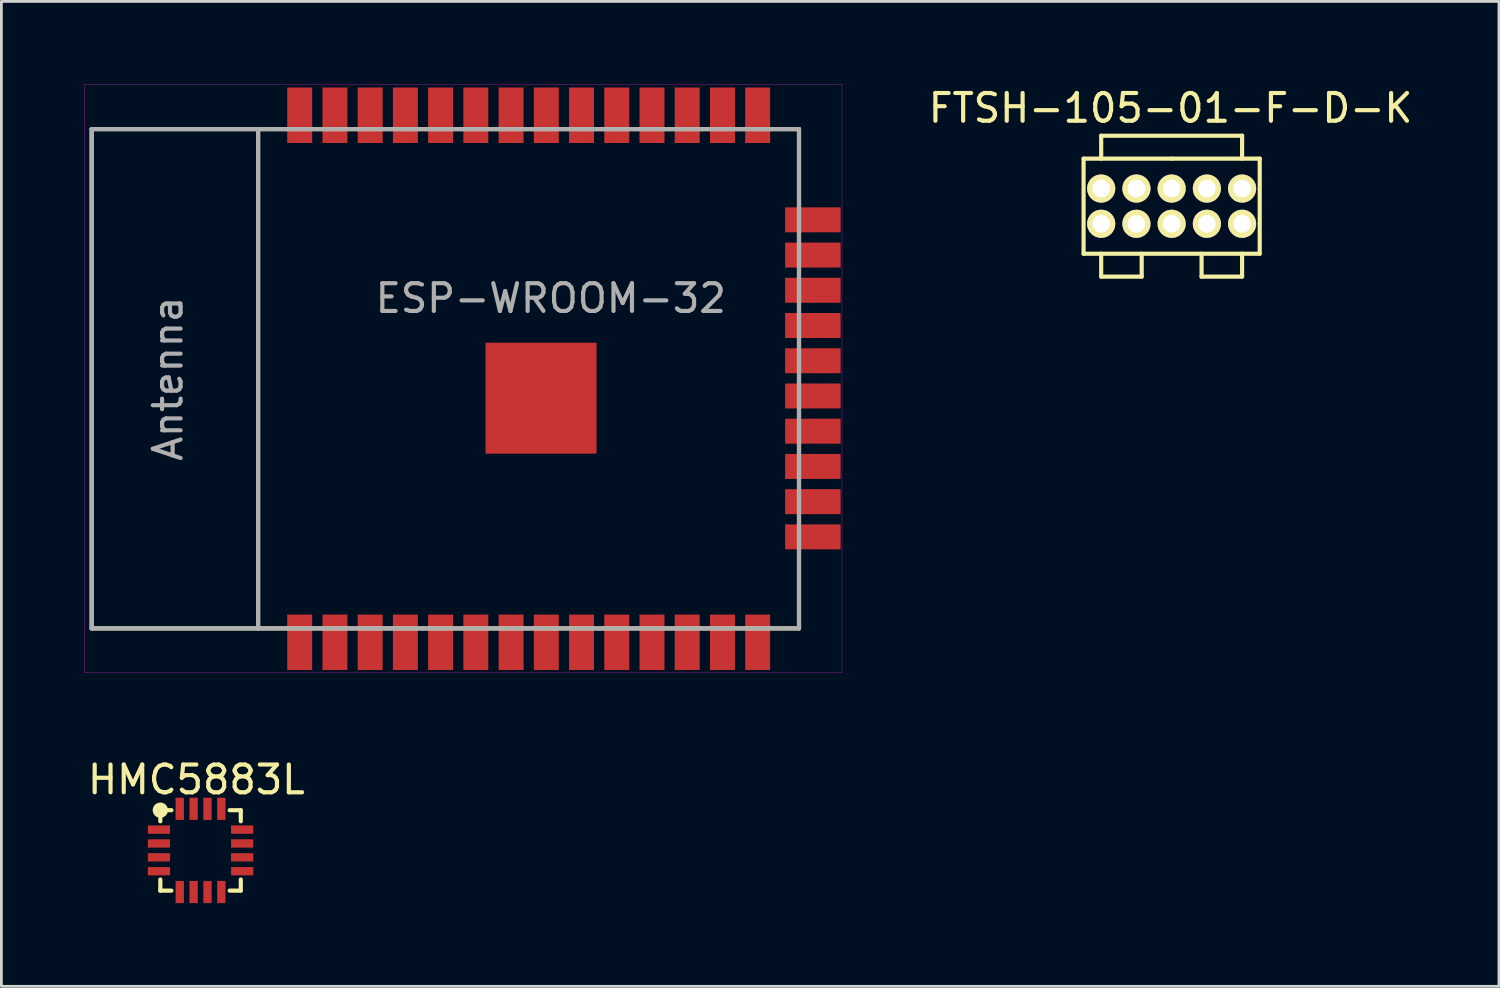
<source format=kicad_pcb>
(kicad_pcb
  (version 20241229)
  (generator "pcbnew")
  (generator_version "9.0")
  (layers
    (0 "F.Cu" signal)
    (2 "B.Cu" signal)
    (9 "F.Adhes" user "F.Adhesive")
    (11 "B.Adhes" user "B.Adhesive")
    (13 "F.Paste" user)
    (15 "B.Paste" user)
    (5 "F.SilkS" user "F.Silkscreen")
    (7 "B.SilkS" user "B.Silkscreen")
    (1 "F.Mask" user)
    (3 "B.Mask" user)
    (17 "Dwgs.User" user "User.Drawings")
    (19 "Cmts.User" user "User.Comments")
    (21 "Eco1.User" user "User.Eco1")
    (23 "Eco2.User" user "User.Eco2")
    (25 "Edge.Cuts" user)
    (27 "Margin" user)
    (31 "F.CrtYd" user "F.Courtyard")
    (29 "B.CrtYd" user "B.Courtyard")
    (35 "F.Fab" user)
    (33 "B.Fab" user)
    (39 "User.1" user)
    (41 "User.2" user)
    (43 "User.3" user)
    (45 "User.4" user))
  (footprint "HMC5883L"
    (layer "F.Cu")
    (at 2.93 26.858)
    (property "Reference" "HMC5883L" (at 1.1 -1.8 0) (layer "F.SilkS") (effects (font (size 1 1) (thickness 0.15))))
    (attr through_hole)
    (fp_line (start -0.2 -0.7) (end -0.2 -0.3) (stroke (width 0.15) (type solid)) (layer "F.SilkS"))
    (fp_line (start -0.2 1.8) (end -0.2 2.2) (stroke (width 0.15) (type solid)) (layer "F.SilkS"))
    (fp_line (start -0.2 2.2) (end 0.2 2.2) (stroke (width 0.15) (type solid)) (layer "F.SilkS"))
    (fp_line (start 0.2 -0.7) (end -0.2 -0.7) (stroke (width 0.15) (type solid)) (layer "F.SilkS"))
    (fp_line (start 2.3 -0.7) (end 2.7 -0.7) (stroke (width 0.15) (type solid)) (layer "F.SilkS"))
    (fp_line (start 2.3 2.2) (end 2.7 2.2) (stroke (width 0.15) (type solid)) (layer "F.SilkS"))
    (fp_line (start 2.7 -0.7) (end 2.7 -0.3) (stroke (width 0.15) (type solid)) (layer "F.SilkS"))
    (fp_line (start 2.7 2.2) (end 2.7 1.8) (stroke (width 0.15) (type solid)) (layer "F.SilkS"))
    (fp_circle (center -0.2 -0.7) (end -0.2 -0.5) (stroke (width 0.15) (type solid)) (fill no) (layer "F.SilkS"))
    (fp_circle (center -0.2 -0.7) (end -0.1 -0.6) (stroke (width 0.15) (type solid)) (fill no) (layer "F.SilkS"))
    (pad "1" smd rect (at -0.025 0) (size 0.8 0.3) (drill (offset -0.225 0)) (layers "F.Cu" "F.Mask" "F.Paste"))
    (pad "2" smd rect (at -0.025 0.5) (size 0.8 0.3) (drill (offset -0.225 0)) (layers "F.Cu" "F.Mask" "F.Paste"))
    (pad "3" smd rect (at -0.025 1) (size 0.8 0.3) (drill (offset -0.225 0)) (layers "F.Cu" "F.Mask" "F.Paste"))
    (pad "4" smd rect (at -0.025 1.5) (size 0.8 0.3) (drill (offset -0.225 0)) (layers "F.Cu" "F.Mask" "F.Paste"))
    (pad "5" smd rect (at 0.5 2.025) (size 0.3 0.8) (drill (offset 0 0.225)) (layers "F.Cu" "F.Mask" "F.Paste"))
    (pad "6" smd rect (at 1 2.025) (size 0.3 0.8) (drill (offset 0 0.225)) (layers "F.Cu" "F.Mask" "F.Paste"))
    (pad "7" smd rect (at 1.5 2.025) (size 0.3 0.8) (drill (offset 0 0.225)) (layers "F.Cu" "F.Mask" "F.Paste"))
    (pad "8" smd rect (at 2 2.025) (size 0.3 0.8) (drill (offset 0 0.225)) (layers "F.Cu" "F.Mask" "F.Paste"))
    (pad "9" smd rect (at 2.525 1.5) (size 0.8 0.3) (drill (offset 0.225 0)) (layers "F.Cu" "F.Mask" "F.Paste"))
    (pad "10" smd rect (at 2.525 1) (size 0.8 0.3) (drill (offset 0.225 0)) (layers "F.Cu" "F.Mask" "F.Paste"))
    (pad "11" smd rect (at 2.525 0.5) (size 0.8 0.3) (drill (offset 0.225 0)) (layers "F.Cu" "F.Mask" "F.Paste"))
    (pad "12" smd rect (at 2.525 0) (size 0.8 0.3) (drill (offset 0.225 0)) (layers "F.Cu" "F.Mask" "F.Paste"))
    (pad "13" smd rect (at 2 -0.525) (size 0.3 0.8) (drill (offset 0 -0.225)) (layers "F.Cu" "F.Mask" "F.Paste"))
    (pad "14" smd rect (at 1.5 -0.525) (size 0.3 0.8) (drill (offset 0 -0.225)) (layers "F.Cu" "F.Mask" "F.Paste"))
    (pad "15" smd rect (at 1 -0.525) (size 0.3 0.8) (drill (offset 0 -0.225)) (layers "F.Cu" "F.Mask" "F.Paste"))
    (pad "16" smd rect (at 0.5 -0.525) (size 0.3 0.8) (drill (offset 0 -0.225)) (layers "F.Cu" "F.Mask" "F.Paste")))
  (footprint "FTSH-105-01-F-D-K"
    (layer "F.Cu")
    (at 36.649 3.748)
    (property "Reference" "FTSH-105-01-F-D-K" (at 2.5 -2.9 0) (layer "F.SilkS") (effects (font (size 1 1) (thickness 0.15))))
    (attr through_hole)
    (fp_line (start -0.635 -1.079) (end 2.54 -1.079) (stroke (width 0.15) (type solid)) (layer "F.SilkS"))
    (fp_line (start -0.635 2.349) (end -0.635 -1.079) (stroke (width 0.15) (type solid)) (layer "F.SilkS"))
    (fp_line (start 0 -1.905) (end 5.08 -1.905) (stroke (width 0.15) (type solid)) (layer "F.SilkS"))
    (fp_line (start 0 -1.079) (end 0 -1.905) (stroke (width 0.15) (type solid)) (layer "F.SilkS"))
    (fp_line (start 0 2.349) (end 0 3.175) (stroke (width 0.15) (type solid)) (layer "F.SilkS"))
    (fp_line (start 0 3.175) (end 1.46 3.175) (stroke (width 0.15) (type solid)) (layer "F.SilkS"))
    (fp_line (start 1.46 3.175) (end 1.46 2.349) (stroke (width 0.15) (type solid)) (layer "F.SilkS"))
    (fp_line (start 2.54 -1.079) (end 5.715 -1.079) (stroke (width 0.15) (type solid)) (layer "F.SilkS"))
    (fp_line (start 3.619 3.175) (end 3.619 2.349) (stroke (width 0.15) (type solid)) (layer "F.SilkS"))
    (fp_line (start 5.08 -1.905) (end 5.08 -1.079) (stroke (width 0.15) (type solid)) (layer "F.SilkS"))
    (fp_line (start 5.08 2.349) (end 5.08 3.175) (stroke (width 0.15) (type solid)) (layer "F.SilkS"))
    (fp_line (start 5.08 3.175) (end 3.619 3.175) (stroke (width 0.15) (type solid)) (layer "F.SilkS"))
    (fp_line (start 5.715 -1.079) (end 5.715 2.349) (stroke (width 0.15) (type solid)) (layer "F.SilkS"))
    (fp_line (start 5.715 2.349) (end -0.635 2.349) (stroke (width 0.15) (type solid)) (layer "F.SilkS"))
    (pad "1" thru_hole circle (at 0 1.27) (size 1.016 1.016) (drill 0.635) (layers "*.Cu" "*.Mask" "F.SilkS"))
    (pad "2" thru_hole circle (at 0 0) (size 1.016 1.016) (drill 0.635) (layers "*.Cu" "*.Mask" "F.SilkS"))
    (pad "3" thru_hole circle (at 1.27 1.27) (size 1.016 1.016) (drill 0.635) (layers "*.Cu" "*.Mask" "F.SilkS"))
    (pad "4" thru_hole circle (at 1.27 0) (size 1.016 1.016) (drill 0.635) (layers "*.Cu" "*.Mask" "F.SilkS"))
    (pad "5" thru_hole circle (at 2.54 1.27) (size 1.016 1.016) (drill 0.635) (layers "*.Cu" "*.Mask" "F.SilkS"))
    (pad "6" thru_hole circle (at 2.54 0) (size 1.016 1.016) (drill 0.635) (layers "*.Cu" "*.Mask" "F.SilkS"))
    (pad "7" thru_hole circle (at 3.81 1.27) (size 1.016 1.016) (drill 0.635) (layers "*.Cu" "*.Mask" "F.SilkS"))
    (pad "8" thru_hole circle (at 3.81 0) (size 1.016 1.016) (drill 0.635) (layers "*.Cu" "*.Mask" "F.SilkS"))
    (pad "9" thru_hole circle (at 5.08 1.27) (size 1.016 1.016) (drill 0.635) (layers "*.Cu" "*.Mask" "F.SilkS"))
    (pad "10" thru_hole circle (at 5.08 0) (size 1.016 1.016) (drill 0.635) (layers "*.Cu" "*.Mask" "F.SilkS")))
  (footprint "ESP-WROOM-32"
    (layer "F.Cu")
    (at 13.005 10.605)
    (property "Reference" "ESP-WROOM-32" (at 3.8 -2.9 0) (layer "F.Fab") (effects (font (size 1 1) (thickness 0.15))))
    (attr smd)
    (fp_line (start -12.75 -9) (end -12.75 9) (stroke (width 0.15) (type solid)) (layer "F.SilkS"))
    (fp_line (start -12.75 9) (end 12.75 9) (stroke (width 0.15) (type solid)) (layer "F.SilkS"))
    (fp_line (start -6.75 9) (end -6.75 -9) (stroke (width 0.15) (type solid)) (layer "F.SilkS"))
    (fp_line (start 12.75 -9) (end -12.75 -9) (stroke (width 0.15) (type solid)) (layer "F.SilkS"))
    (fp_line (start 12.75 9) (end 12.75 -9) (stroke (width 0.15) (type solid)) (layer "F.SilkS"))
    (fp_line (start -13 -10.6) (end 14.3 -10.6) (stroke (width 0.01) (type solid)) (layer "F.CrtYd"))
    (fp_line (start -13 10.6) (end -13 -10.6) (stroke (width 0.01) (type solid)) (layer "F.CrtYd"))
    (fp_line (start 14.3 -10.6) (end 14.3 10.6) (stroke (width 0.01) (type solid)) (layer "F.CrtYd"))
    (fp_line (start 14.3 10.6) (end -13 10.6) (stroke (width 0.01) (type solid)) (layer "F.CrtYd"))
    (fp_line (start -12.75 -9) (end -12.75 9) (stroke (width 0.15) (type solid)) (layer "F.Fab"))
    (fp_line (start -12.75 9) (end 12.75 9) (stroke (width 0.15) (type solid)) (layer "F.Fab"))
    (fp_line (start -6.75 9) (end -6.75 -9) (stroke (width 0.15) (type solid)) (layer "F.Fab"))
    (fp_line (start 12.75 -9) (end -12.75 -9) (stroke (width 0.15) (type solid)) (layer "F.Fab"))
    (fp_line (start 12.75 9) (end 12.75 -9) (stroke (width 0.15) (type solid)) (layer "F.Fab"))
    (fp_text user "Antenna" (at -10 0 90) (layer "F.Fab") (effects (font (size 1 1) (thickness 0.15))))
    (pad "1" smd rect (at -5.25 9) (size 0.9 2) (drill (offset 0 0.5)) (layers "F.Cu" "F.Mask" "F.Paste"))
    (pad "2" smd rect (at -3.98 9) (size 0.9 2) (drill (offset 0 0.5)) (layers "F.Cu" "F.Mask" "F.Paste"))
    (pad "3" smd rect (at -2.71 9) (size 0.9 2) (drill (offset 0 0.5)) (layers "F.Cu" "F.Mask" "F.Paste"))
    (pad "4" smd rect (at -1.44 9) (size 0.9 2) (drill (offset 0 0.5)) (layers "F.Cu" "F.Mask" "F.Paste"))
    (pad "5" smd rect (at -0.17 9) (size 0.9 2) (drill (offset 0 0.5)) (layers "F.Cu" "F.Mask" "F.Paste"))
    (pad "6" smd rect (at 1.1 9) (size 0.9 2) (drill (offset 0 0.5)) (layers "F.Cu" "F.Mask" "F.Paste"))
    (pad "7" smd rect (at 2.37 9) (size 0.9 2) (drill (offset 0 0.5)) (layers "F.Cu" "F.Mask" "F.Paste"))
    (pad "8" smd rect (at 3.64 9) (size 0.9 2) (drill (offset 0 0.5)) (layers "F.Cu" "F.Mask" "F.Paste"))
    (pad "9" smd rect (at 4.91 9) (size 0.9 2) (drill (offset 0 0.5)) (layers "F.Cu" "F.Mask" "F.Paste"))
    (pad "10" smd rect (at 6.18 9) (size 0.9 2) (drill (offset 0 0.5)) (layers "F.Cu" "F.Mask" "F.Paste"))
    (pad "11" smd rect (at 7.45 9) (size 0.9 2) (drill (offset 0 0.5)) (layers "F.Cu" "F.Mask" "F.Paste"))
    (pad "12" smd rect (at 8.72 9) (size 0.9 2) (drill (offset 0 0.5)) (layers "F.Cu" "F.Mask" "F.Paste"))
    (pad "13" smd rect (at 9.99 9) (size 0.9 2) (drill (offset 0 0.5)) (layers "F.Cu" "F.Mask" "F.Paste"))
    (pad "14" smd rect (at 11.26 9) (size 0.9 2) (drill (offset 0 0.5)) (layers "F.Cu" "F.Mask" "F.Paste"))
    (pad "15" smd rect (at 12.75 5.7 90) (size 0.9 2) (drill (offset 0 0.5)) (layers "F.Cu" "F.Mask" "F.Paste"))
    (pad "16" smd rect (at 12.75 4.43 90) (size 0.9 2) (drill (offset 0 0.5)) (layers "F.Cu" "F.Mask" "F.Paste"))
    (pad "17" smd rect (at 12.75 3.16 90) (size 0.9 2) (drill (offset 0 0.5)) (layers "F.Cu" "F.Mask" "F.Paste"))
    (pad "18" smd rect (at 12.75 1.89 90) (size 0.9 2) (drill (offset 0 0.5)) (layers "F.Cu" "F.Mask" "F.Paste"))
    (pad "19" smd rect (at 12.75 0.62 90) (size 0.9 2) (drill (offset 0 0.5)) (layers "F.Cu" "F.Mask" "F.Paste"))
    (pad "20" smd rect (at 12.75 -0.65 90) (size 0.9 2) (drill (offset 0 0.5)) (layers "F.Cu" "F.Mask" "F.Paste"))
    (pad "21" smd rect (at 12.75 -1.92 90) (size 0.9 2) (drill (offset 0 0.5)) (layers "F.Cu" "F.Mask" "F.Paste"))
    (pad "22" smd rect (at 12.75 -3.19 90) (size 0.9 2) (drill (offset 0 0.5)) (layers "F.Cu" "F.Mask" "F.Paste"))
    (pad "23" smd rect (at 12.75 -4.46 90) (size 0.9 2) (drill (offset 0 0.5)) (layers "F.Cu" "F.Mask" "F.Paste"))
    (pad "24" smd rect (at 12.75 -5.73 90) (size 0.9 2) (drill (offset 0 0.5)) (layers "F.Cu" "F.Mask" "F.Paste"))
    (pad "25" smd rect (at 11.26 -9 180) (size 0.9 2) (drill (offset 0 0.5)) (layers "F.Cu" "F.Mask" "F.Paste"))
    (pad "26" smd rect (at 9.99 -9 180) (size 0.9 2) (drill (offset 0 0.5)) (layers "F.Cu" "F.Mask" "F.Paste"))
    (pad "27" smd rect (at 8.72 -9 180) (size 0.9 2) (drill (offset 0 0.5)) (layers "F.Cu" "F.Mask" "F.Paste"))
    (pad "28" smd rect (at 7.45 -9 180) (size 0.9 2) (drill (offset 0 0.5)) (layers "F.Cu" "F.Mask" "F.Paste"))
    (pad "29" smd rect (at 6.18 -9 180) (size 0.9 2) (drill (offset 0 0.5)) (layers "F.Cu" "F.Mask" "F.Paste"))
    (pad "30" smd rect (at 4.91 -9 180) (size 0.9 2) (drill (offset 0 0.5)) (layers "F.Cu" "F.Mask" "F.Paste"))
    (pad "31" smd rect (at 3.64 -9 180) (size 0.9 2) (drill (offset 0 0.5)) (layers "F.Cu" "F.Mask" "F.Paste"))
    (pad "32" smd rect (at 2.37 -9 180) (size 0.9 2) (drill (offset 0 0.5)) (layers "F.Cu" "F.Mask" "F.Paste"))
    (pad "33" smd rect (at 1.1 -9 180) (size 0.9 2) (drill (offset 0 0.5)) (layers "F.Cu" "F.Mask" "F.Paste"))
    (pad "34" smd rect (at -0.17 -9 180) (size 0.9 2) (drill (offset 0 0.5)) (layers "F.Cu" "F.Mask" "F.Paste"))
    (pad "35" smd rect (at -1.44 -9 180) (size 0.9 2) (drill (offset 0 0.5)) (layers "F.Cu" "F.Mask" "F.Paste"))
    (pad "36" smd rect (at -2.71 -9 180) (size 0.9 2) (drill (offset 0 0.5)) (layers "F.Cu" "F.Mask" "F.Paste"))
    (pad "37" smd rect (at -3.98 -9 180) (size 0.9 2) (drill (offset 0 0.5)) (layers "F.Cu" "F.Mask" "F.Paste"))
    (pad "38" smd rect (at -5.25 -9 180) (size 0.9 2) (drill (offset 0 0.5)) (layers "F.Cu" "F.Mask" "F.Paste"))
    (pad "39" smd rect (at 3.45 1.2 180) (size 4 4) (drill (offset 0 0.5)) (layers "F.Cu" "F.Mask" "F.Paste")))
  (gr_rect
    (start -3 -3)
    (end 50.989 32.508)
    (stroke (width 0.1) (type default))
    (fill no)
    (layer "Edge.Cuts")))
</source>
